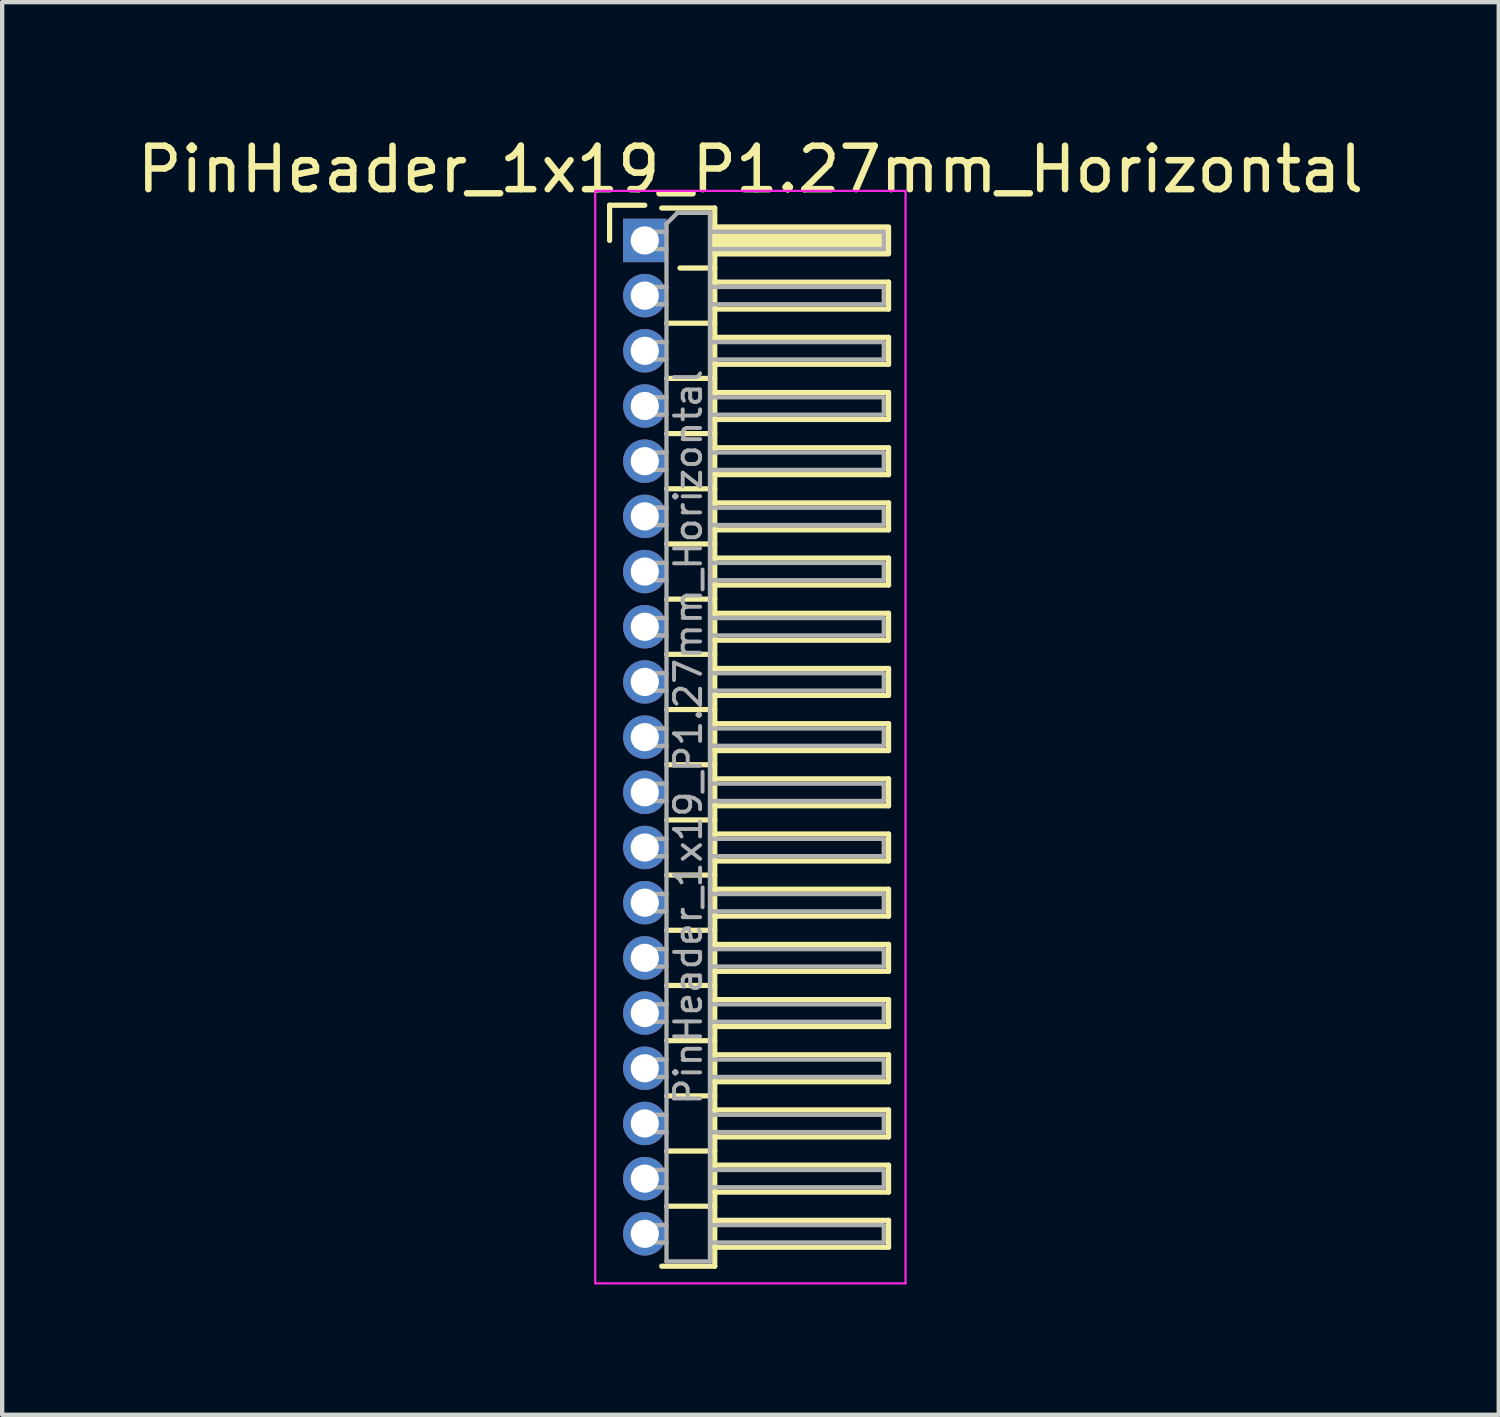
<source format=kicad_pcb>
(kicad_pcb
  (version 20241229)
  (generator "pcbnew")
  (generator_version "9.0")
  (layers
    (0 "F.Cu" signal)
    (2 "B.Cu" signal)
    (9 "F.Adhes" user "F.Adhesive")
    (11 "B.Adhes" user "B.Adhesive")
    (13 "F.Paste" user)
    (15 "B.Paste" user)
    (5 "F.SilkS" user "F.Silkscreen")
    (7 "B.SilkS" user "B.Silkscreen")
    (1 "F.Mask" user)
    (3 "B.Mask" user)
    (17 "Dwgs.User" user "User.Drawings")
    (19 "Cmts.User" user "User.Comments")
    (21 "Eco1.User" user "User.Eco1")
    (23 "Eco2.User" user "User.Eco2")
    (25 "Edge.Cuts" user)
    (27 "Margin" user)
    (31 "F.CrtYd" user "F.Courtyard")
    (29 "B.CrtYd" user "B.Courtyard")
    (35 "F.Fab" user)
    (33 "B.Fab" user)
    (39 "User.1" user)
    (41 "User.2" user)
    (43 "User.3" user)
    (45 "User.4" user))
  (footprint "PinHeader_1x19_P1.27mm_Horizontal"
    (layer "F.Cu")
    (at 11.788 2.483)
    (property "Reference" "PinHeader_1x19_P1.27mm_Horizontal" (at 2.433 -1.635 0) (layer "F.SilkS") (effects (font (size 1 1) (thickness 0.15))))
    (attr through_hole)
    (fp_line (start -0.81 -0.81) (end 0 -0.81) (stroke (width 0.12) (type solid)) (layer "F.SilkS"))
    (fp_line (start -0.81 0) (end -0.81 -0.81) (stroke (width 0.12) (type solid)) (layer "F.SilkS"))
    (fp_line (start 0.39 -0.745) (end 1.61 -0.745) (stroke (width 0.12) (type solid)) (layer "F.SilkS"))
    (fp_line (start 0.503 1.905) (end 1.61 1.905) (stroke (width 0.12) (type solid)) (layer "F.SilkS"))
    (fp_line (start 0.503 3.175) (end 1.61 3.175) (stroke (width 0.12) (type solid)) (layer "F.SilkS"))
    (fp_line (start 0.503 4.445) (end 1.61 4.445) (stroke (width 0.12) (type solid)) (layer "F.SilkS"))
    (fp_line (start 0.503 5.715) (end 1.61 5.715) (stroke (width 0.12) (type solid)) (layer "F.SilkS"))
    (fp_line (start 0.503 6.985) (end 1.61 6.985) (stroke (width 0.12) (type solid)) (layer "F.SilkS"))
    (fp_line (start 0.503 8.255) (end 1.61 8.255) (stroke (width 0.12) (type solid)) (layer "F.SilkS"))
    (fp_line (start 0.503 9.525) (end 1.61 9.525) (stroke (width 0.12) (type solid)) (layer "F.SilkS"))
    (fp_line (start 0.503 10.795) (end 1.61 10.795) (stroke (width 0.12) (type solid)) (layer "F.SilkS"))
    (fp_line (start 0.503 12.065) (end 1.61 12.065) (stroke (width 0.12) (type solid)) (layer "F.SilkS"))
    (fp_line (start 0.503 13.335) (end 1.61 13.335) (stroke (width 0.12) (type solid)) (layer "F.SilkS"))
    (fp_line (start 0.503 14.605) (end 1.61 14.605) (stroke (width 0.12) (type solid)) (layer "F.SilkS"))
    (fp_line (start 0.503 15.875) (end 1.61 15.875) (stroke (width 0.12) (type solid)) (layer "F.SilkS"))
    (fp_line (start 0.503 17.145) (end 1.61 17.145) (stroke (width 0.12) (type solid)) (layer "F.SilkS"))
    (fp_line (start 0.503 18.415) (end 1.61 18.415) (stroke (width 0.12) (type solid)) (layer "F.SilkS"))
    (fp_line (start 0.503 19.685) (end 1.61 19.685) (stroke (width 0.12) (type solid)) (layer "F.SilkS"))
    (fp_line (start 0.503 20.955) (end 1.61 20.955) (stroke (width 0.12) (type solid)) (layer "F.SilkS"))
    (fp_line (start 0.503 22.225) (end 1.61 22.225) (stroke (width 0.12) (type solid)) (layer "F.SilkS"))
    (fp_line (start 0.81 0.635) (end 1.61 0.635) (stroke (width 0.12) (type solid)) (layer "F.SilkS"))
    (fp_line (start 1.61 -0.745) (end 1.61 23.605) (stroke (width 0.12) (type solid)) (layer "F.SilkS"))
    (fp_line (start 1.61 0.96) (end 5.61 0.96) (stroke (width 0.12) (type solid)) (layer "F.SilkS"))
    (fp_line (start 1.61 2.23) (end 5.61 2.23) (stroke (width 0.12) (type solid)) (layer "F.SilkS"))
    (fp_line (start 1.61 3.5) (end 5.61 3.5) (stroke (width 0.12) (type solid)) (layer "F.SilkS"))
    (fp_line (start 1.61 4.77) (end 5.61 4.77) (stroke (width 0.12) (type solid)) (layer "F.SilkS"))
    (fp_line (start 1.61 6.04) (end 5.61 6.04) (stroke (width 0.12) (type solid)) (layer "F.SilkS"))
    (fp_line (start 1.61 7.31) (end 5.61 7.31) (stroke (width 0.12) (type solid)) (layer "F.SilkS"))
    (fp_line (start 1.61 8.58) (end 5.61 8.58) (stroke (width 0.12) (type solid)) (layer "F.SilkS"))
    (fp_line (start 1.61 9.85) (end 5.61 9.85) (stroke (width 0.12) (type solid)) (layer "F.SilkS"))
    (fp_line (start 1.61 11.12) (end 5.61 11.12) (stroke (width 0.12) (type solid)) (layer "F.SilkS"))
    (fp_line (start 1.61 12.39) (end 5.61 12.39) (stroke (width 0.12) (type solid)) (layer "F.SilkS"))
    (fp_line (start 1.61 13.66) (end 5.61 13.66) (stroke (width 0.12) (type solid)) (layer "F.SilkS"))
    (fp_line (start 1.61 14.93) (end 5.61 14.93) (stroke (width 0.12) (type solid)) (layer "F.SilkS"))
    (fp_line (start 1.61 16.2) (end 5.61 16.2) (stroke (width 0.12) (type solid)) (layer "F.SilkS"))
    (fp_line (start 1.61 17.47) (end 5.61 17.47) (stroke (width 0.12) (type solid)) (layer "F.SilkS"))
    (fp_line (start 1.61 18.74) (end 5.61 18.74) (stroke (width 0.12) (type solid)) (layer "F.SilkS"))
    (fp_line (start 1.61 20.01) (end 5.61 20.01) (stroke (width 0.12) (type solid)) (layer "F.SilkS"))
    (fp_line (start 1.61 21.28) (end 5.61 21.28) (stroke (width 0.12) (type solid)) (layer "F.SilkS"))
    (fp_line (start 1.61 22.55) (end 5.61 22.55) (stroke (width 0.12) (type solid)) (layer "F.SilkS"))
    (fp_line (start 1.61 23.605) (end 0.39 23.605) (stroke (width 0.12) (type solid)) (layer "F.SilkS"))
    (fp_line (start 5.61 0.96) (end 5.61 1.58) (stroke (width 0.12) (type solid)) (layer "F.SilkS"))
    (fp_line (start 5.61 1.58) (end 1.61 1.58) (stroke (width 0.12) (type solid)) (layer "F.SilkS"))
    (fp_line (start 5.61 2.23) (end 5.61 2.85) (stroke (width 0.12) (type solid)) (layer "F.SilkS"))
    (fp_line (start 5.61 2.85) (end 1.61 2.85) (stroke (width 0.12) (type solid)) (layer "F.SilkS"))
    (fp_line (start 5.61 3.5) (end 5.61 4.12) (stroke (width 0.12) (type solid)) (layer "F.SilkS"))
    (fp_line (start 5.61 4.12) (end 1.61 4.12) (stroke (width 0.12) (type solid)) (layer "F.SilkS"))
    (fp_line (start 5.61 4.77) (end 5.61 5.39) (stroke (width 0.12) (type solid)) (layer "F.SilkS"))
    (fp_line (start 5.61 5.39) (end 1.61 5.39) (stroke (width 0.12) (type solid)) (layer "F.SilkS"))
    (fp_line (start 5.61 6.04) (end 5.61 6.66) (stroke (width 0.12) (type solid)) (layer "F.SilkS"))
    (fp_line (start 5.61 6.66) (end 1.61 6.66) (stroke (width 0.12) (type solid)) (layer "F.SilkS"))
    (fp_line (start 5.61 7.31) (end 5.61 7.93) (stroke (width 0.12) (type solid)) (layer "F.SilkS"))
    (fp_line (start 5.61 7.93) (end 1.61 7.93) (stroke (width 0.12) (type solid)) (layer "F.SilkS"))
    (fp_line (start 5.61 8.58) (end 5.61 9.2) (stroke (width 0.12) (type solid)) (layer "F.SilkS"))
    (fp_line (start 5.61 9.2) (end 1.61 9.2) (stroke (width 0.12) (type solid)) (layer "F.SilkS"))
    (fp_line (start 5.61 9.85) (end 5.61 10.47) (stroke (width 0.12) (type solid)) (layer "F.SilkS"))
    (fp_line (start 5.61 10.47) (end 1.61 10.47) (stroke (width 0.12) (type solid)) (layer "F.SilkS"))
    (fp_line (start 5.61 11.12) (end 5.61 11.74) (stroke (width 0.12) (type solid)) (layer "F.SilkS"))
    (fp_line (start 5.61 11.74) (end 1.61 11.74) (stroke (width 0.12) (type solid)) (layer "F.SilkS"))
    (fp_line (start 5.61 12.39) (end 5.61 13.01) (stroke (width 0.12) (type solid)) (layer "F.SilkS"))
    (fp_line (start 5.61 13.01) (end 1.61 13.01) (stroke (width 0.12) (type solid)) (layer "F.SilkS"))
    (fp_line (start 5.61 13.66) (end 5.61 14.28) (stroke (width 0.12) (type solid)) (layer "F.SilkS"))
    (fp_line (start 5.61 14.28) (end 1.61 14.28) (stroke (width 0.12) (type solid)) (layer "F.SilkS"))
    (fp_line (start 5.61 14.93) (end 5.61 15.55) (stroke (width 0.12) (type solid)) (layer "F.SilkS"))
    (fp_line (start 5.61 15.55) (end 1.61 15.55) (stroke (width 0.12) (type solid)) (layer "F.SilkS"))
    (fp_line (start 5.61 16.2) (end 5.61 16.82) (stroke (width 0.12) (type solid)) (layer "F.SilkS"))
    (fp_line (start 5.61 16.82) (end 1.61 16.82) (stroke (width 0.12) (type solid)) (layer "F.SilkS"))
    (fp_line (start 5.61 17.47) (end 5.61 18.09) (stroke (width 0.12) (type solid)) (layer "F.SilkS"))
    (fp_line (start 5.61 18.09) (end 1.61 18.09) (stroke (width 0.12) (type solid)) (layer "F.SilkS"))
    (fp_line (start 5.61 18.74) (end 5.61 19.36) (stroke (width 0.12) (type solid)) (layer "F.SilkS"))
    (fp_line (start 5.61 19.36) (end 1.61 19.36) (stroke (width 0.12) (type solid)) (layer "F.SilkS"))
    (fp_line (start 5.61 20.01) (end 5.61 20.63) (stroke (width 0.12) (type solid)) (layer "F.SilkS"))
    (fp_line (start 5.61 20.63) (end 1.61 20.63) (stroke (width 0.12) (type solid)) (layer "F.SilkS"))
    (fp_line (start 5.61 21.28) (end 5.61 21.9) (stroke (width 0.12) (type solid)) (layer "F.SilkS"))
    (fp_line (start 5.61 21.9) (end 1.61 21.9) (stroke (width 0.12) (type solid)) (layer "F.SilkS"))
    (fp_line (start 5.61 22.55) (end 5.61 23.17) (stroke (width 0.12) (type solid)) (layer "F.SilkS"))
    (fp_line (start 5.61 23.17) (end 1.61 23.17) (stroke (width 0.12) (type solid)) (layer "F.SilkS"))
    (fp_rect (start 1.61 -0.31) (end 5.61 0.31) (stroke (width 0.12) (type solid)) (fill yes) (layer "F.SilkS"))
    (fp_line (start -1.14 -1.14) (end -1.14 24) (stroke (width 0.05) (type solid)) (layer "F.CrtYd"))
    (fp_line (start -1.14 24) (end 6 24) (stroke (width 0.05) (type solid)) (layer "F.CrtYd"))
    (fp_line (start 6 -1.14) (end -1.14 -1.14) (stroke (width 0.05) (type solid)) (layer "F.CrtYd"))
    (fp_line (start 6 24) (end 6 -1.14) (stroke (width 0.05) (type solid)) (layer "F.CrtYd"))
    (fp_line (start -0.2 -0.2) (end -0.2 0.2) (stroke (width 0.1) (type solid)) (layer "F.Fab"))
    (fp_line (start -0.2 -0.2) (end 0.5 -0.2) (stroke (width 0.1) (type solid)) (layer "F.Fab"))
    (fp_line (start -0.2 0.2) (end 0.5 0.2) (stroke (width 0.1) (type solid)) (layer "F.Fab"))
    (fp_line (start -0.2 1.07) (end -0.2 1.47) (stroke (width 0.1) (type solid)) (layer "F.Fab"))
    (fp_line (start -0.2 1.07) (end 0.5 1.07) (stroke (width 0.1) (type solid)) (layer "F.Fab"))
    (fp_line (start -0.2 1.47) (end 0.5 1.47) (stroke (width 0.1) (type solid)) (layer "F.Fab"))
    (fp_line (start -0.2 2.34) (end -0.2 2.74) (stroke (width 0.1) (type solid)) (layer "F.Fab"))
    (fp_line (start -0.2 2.34) (end 0.5 2.34) (stroke (width 0.1) (type solid)) (layer "F.Fab"))
    (fp_line (start -0.2 2.74) (end 0.5 2.74) (stroke (width 0.1) (type solid)) (layer "F.Fab"))
    (fp_line (start -0.2 3.61) (end -0.2 4.01) (stroke (width 0.1) (type solid)) (layer "F.Fab"))
    (fp_line (start -0.2 3.61) (end 0.5 3.61) (stroke (width 0.1) (type solid)) (layer "F.Fab"))
    (fp_line (start -0.2 4.01) (end 0.5 4.01) (stroke (width 0.1) (type solid)) (layer "F.Fab"))
    (fp_line (start -0.2 4.88) (end -0.2 5.28) (stroke (width 0.1) (type solid)) (layer "F.Fab"))
    (fp_line (start -0.2 4.88) (end 0.5 4.88) (stroke (width 0.1) (type solid)) (layer "F.Fab"))
    (fp_line (start -0.2 5.28) (end 0.5 5.28) (stroke (width 0.1) (type solid)) (layer "F.Fab"))
    (fp_line (start -0.2 6.15) (end -0.2 6.55) (stroke (width 0.1) (type solid)) (layer "F.Fab"))
    (fp_line (start -0.2 6.15) (end 0.5 6.15) (stroke (width 0.1) (type solid)) (layer "F.Fab"))
    (fp_line (start -0.2 6.55) (end 0.5 6.55) (stroke (width 0.1) (type solid)) (layer "F.Fab"))
    (fp_line (start -0.2 7.42) (end -0.2 7.82) (stroke (width 0.1) (type solid)) (layer "F.Fab"))
    (fp_line (start -0.2 7.42) (end 0.5 7.42) (stroke (width 0.1) (type solid)) (layer "F.Fab"))
    (fp_line (start -0.2 7.82) (end 0.5 7.82) (stroke (width 0.1) (type solid)) (layer "F.Fab"))
    (fp_line (start -0.2 8.69) (end -0.2 9.09) (stroke (width 0.1) (type solid)) (layer "F.Fab"))
    (fp_line (start -0.2 8.69) (end 0.5 8.69) (stroke (width 0.1) (type solid)) (layer "F.Fab"))
    (fp_line (start -0.2 9.09) (end 0.5 9.09) (stroke (width 0.1) (type solid)) (layer "F.Fab"))
    (fp_line (start -0.2 9.96) (end -0.2 10.36) (stroke (width 0.1) (type solid)) (layer "F.Fab"))
    (fp_line (start -0.2 9.96) (end 0.5 9.96) (stroke (width 0.1) (type solid)) (layer "F.Fab"))
    (fp_line (start -0.2 10.36) (end 0.5 10.36) (stroke (width 0.1) (type solid)) (layer "F.Fab"))
    (fp_line (start -0.2 11.23) (end -0.2 11.63) (stroke (width 0.1) (type solid)) (layer "F.Fab"))
    (fp_line (start -0.2 11.23) (end 0.5 11.23) (stroke (width 0.1) (type solid)) (layer "F.Fab"))
    (fp_line (start -0.2 11.63) (end 0.5 11.63) (stroke (width 0.1) (type solid)) (layer "F.Fab"))
    (fp_line (start -0.2 12.5) (end -0.2 12.9) (stroke (width 0.1) (type solid)) (layer "F.Fab"))
    (fp_line (start -0.2 12.5) (end 0.5 12.5) (stroke (width 0.1) (type solid)) (layer "F.Fab"))
    (fp_line (start -0.2 12.9) (end 0.5 12.9) (stroke (width 0.1) (type solid)) (layer "F.Fab"))
    (fp_line (start -0.2 13.77) (end -0.2 14.17) (stroke (width 0.1) (type solid)) (layer "F.Fab"))
    (fp_line (start -0.2 13.77) (end 0.5 13.77) (stroke (width 0.1) (type solid)) (layer "F.Fab"))
    (fp_line (start -0.2 14.17) (end 0.5 14.17) (stroke (width 0.1) (type solid)) (layer "F.Fab"))
    (fp_line (start -0.2 15.04) (end -0.2 15.44) (stroke (width 0.1) (type solid)) (layer "F.Fab"))
    (fp_line (start -0.2 15.04) (end 0.5 15.04) (stroke (width 0.1) (type solid)) (layer "F.Fab"))
    (fp_line (start -0.2 15.44) (end 0.5 15.44) (stroke (width 0.1) (type solid)) (layer "F.Fab"))
    (fp_line (start -0.2 16.31) (end -0.2 16.71) (stroke (width 0.1) (type solid)) (layer "F.Fab"))
    (fp_line (start -0.2 16.31) (end 0.5 16.31) (stroke (width 0.1) (type solid)) (layer "F.Fab"))
    (fp_line (start -0.2 16.71) (end 0.5 16.71) (stroke (width 0.1) (type solid)) (layer "F.Fab"))
    (fp_line (start -0.2 17.58) (end -0.2 17.98) (stroke (width 0.1) (type solid)) (layer "F.Fab"))
    (fp_line (start -0.2 17.58) (end 0.5 17.58) (stroke (width 0.1) (type solid)) (layer "F.Fab"))
    (fp_line (start -0.2 17.98) (end 0.5 17.98) (stroke (width 0.1) (type solid)) (layer "F.Fab"))
    (fp_line (start -0.2 18.85) (end -0.2 19.25) (stroke (width 0.1) (type solid)) (layer "F.Fab"))
    (fp_line (start -0.2 18.85) (end 0.5 18.85) (stroke (width 0.1) (type solid)) (layer "F.Fab"))
    (fp_line (start -0.2 19.25) (end 0.5 19.25) (stroke (width 0.1) (type solid)) (layer "F.Fab"))
    (fp_line (start -0.2 20.12) (end -0.2 20.52) (stroke (width 0.1) (type solid)) (layer "F.Fab"))
    (fp_line (start -0.2 20.12) (end 0.5 20.12) (stroke (width 0.1) (type solid)) (layer "F.Fab"))
    (fp_line (start -0.2 20.52) (end 0.5 20.52) (stroke (width 0.1) (type solid)) (layer "F.Fab"))
    (fp_line (start -0.2 21.39) (end -0.2 21.79) (stroke (width 0.1) (type solid)) (layer "F.Fab"))
    (fp_line (start -0.2 21.39) (end 0.5 21.39) (stroke (width 0.1) (type solid)) (layer "F.Fab"))
    (fp_line (start -0.2 21.79) (end 0.5 21.79) (stroke (width 0.1) (type solid)) (layer "F.Fab"))
    (fp_line (start -0.2 22.66) (end -0.2 23.06) (stroke (width 0.1) (type solid)) (layer "F.Fab"))
    (fp_line (start -0.2 22.66) (end 0.5 22.66) (stroke (width 0.1) (type solid)) (layer "F.Fab"))
    (fp_line (start -0.2 23.06) (end 0.5 23.06) (stroke (width 0.1) (type solid)) (layer "F.Fab"))
    (fp_line (start 0.5 -0.385) (end 0.75 -0.635) (stroke (width 0.1) (type solid)) (layer "F.Fab"))
    (fp_line (start 0.5 23.495) (end 0.5 -0.385) (stroke (width 0.1) (type solid)) (layer "F.Fab"))
    (fp_line (start 0.75 -0.635) (end 1.5 -0.635) (stroke (width 0.1) (type solid)) (layer "F.Fab"))
    (fp_line (start 1.5 -0.635) (end 1.5 23.495) (stroke (width 0.1) (type solid)) (layer "F.Fab"))
    (fp_line (start 1.5 -0.2) (end 5.5 -0.2) (stroke (width 0.1) (type solid)) (layer "F.Fab"))
    (fp_line (start 1.5 0.2) (end 5.5 0.2) (stroke (width 0.1) (type solid)) (layer "F.Fab"))
    (fp_line (start 1.5 1.07) (end 5.5 1.07) (stroke (width 0.1) (type solid)) (layer "F.Fab"))
    (fp_line (start 1.5 1.47) (end 5.5 1.47) (stroke (width 0.1) (type solid)) (layer "F.Fab"))
    (fp_line (start 1.5 2.34) (end 5.5 2.34) (stroke (width 0.1) (type solid)) (layer "F.Fab"))
    (fp_line (start 1.5 2.74) (end 5.5 2.74) (stroke (width 0.1) (type solid)) (layer "F.Fab"))
    (fp_line (start 1.5 3.61) (end 5.5 3.61) (stroke (width 0.1) (type solid)) (layer "F.Fab"))
    (fp_line (start 1.5 4.01) (end 5.5 4.01) (stroke (width 0.1) (type solid)) (layer "F.Fab"))
    (fp_line (start 1.5 4.88) (end 5.5 4.88) (stroke (width 0.1) (type solid)) (layer "F.Fab"))
    (fp_line (start 1.5 5.28) (end 5.5 5.28) (stroke (width 0.1) (type solid)) (layer "F.Fab"))
    (fp_line (start 1.5 6.15) (end 5.5 6.15) (stroke (width 0.1) (type solid)) (layer "F.Fab"))
    (fp_line (start 1.5 6.55) (end 5.5 6.55) (stroke (width 0.1) (type solid)) (layer "F.Fab"))
    (fp_line (start 1.5 7.42) (end 5.5 7.42) (stroke (width 0.1) (type solid)) (layer "F.Fab"))
    (fp_line (start 1.5 7.82) (end 5.5 7.82) (stroke (width 0.1) (type solid)) (layer "F.Fab"))
    (fp_line (start 1.5 8.69) (end 5.5 8.69) (stroke (width 0.1) (type solid)) (layer "F.Fab"))
    (fp_line (start 1.5 9.09) (end 5.5 9.09) (stroke (width 0.1) (type solid)) (layer "F.Fab"))
    (fp_line (start 1.5 9.96) (end 5.5 9.96) (stroke (width 0.1) (type solid)) (layer "F.Fab"))
    (fp_line (start 1.5 10.36) (end 5.5 10.36) (stroke (width 0.1) (type solid)) (layer "F.Fab"))
    (fp_line (start 1.5 11.23) (end 5.5 11.23) (stroke (width 0.1) (type solid)) (layer "F.Fab"))
    (fp_line (start 1.5 11.63) (end 5.5 11.63) (stroke (width 0.1) (type solid)) (layer "F.Fab"))
    (fp_line (start 1.5 12.5) (end 5.5 12.5) (stroke (width 0.1) (type solid)) (layer "F.Fab"))
    (fp_line (start 1.5 12.9) (end 5.5 12.9) (stroke (width 0.1) (type solid)) (layer "F.Fab"))
    (fp_line (start 1.5 13.77) (end 5.5 13.77) (stroke (width 0.1) (type solid)) (layer "F.Fab"))
    (fp_line (start 1.5 14.17) (end 5.5 14.17) (stroke (width 0.1) (type solid)) (layer "F.Fab"))
    (fp_line (start 1.5 15.04) (end 5.5 15.04) (stroke (width 0.1) (type solid)) (layer "F.Fab"))
    (fp_line (start 1.5 15.44) (end 5.5 15.44) (stroke (width 0.1) (type solid)) (layer "F.Fab"))
    (fp_line (start 1.5 16.31) (end 5.5 16.31) (stroke (width 0.1) (type solid)) (layer "F.Fab"))
    (fp_line (start 1.5 16.71) (end 5.5 16.71) (stroke (width 0.1) (type solid)) (layer "F.Fab"))
    (fp_line (start 1.5 17.58) (end 5.5 17.58) (stroke (width 0.1) (type solid)) (layer "F.Fab"))
    (fp_line (start 1.5 17.98) (end 5.5 17.98) (stroke (width 0.1) (type solid)) (layer "F.Fab"))
    (fp_line (start 1.5 18.85) (end 5.5 18.85) (stroke (width 0.1) (type solid)) (layer "F.Fab"))
    (fp_line (start 1.5 19.25) (end 5.5 19.25) (stroke (width 0.1) (type solid)) (layer "F.Fab"))
    (fp_line (start 1.5 20.12) (end 5.5 20.12) (stroke (width 0.1) (type solid)) (layer "F.Fab"))
    (fp_line (start 1.5 20.52) (end 5.5 20.52) (stroke (width 0.1) (type solid)) (layer "F.Fab"))
    (fp_line (start 1.5 21.39) (end 5.5 21.39) (stroke (width 0.1) (type solid)) (layer "F.Fab"))
    (fp_line (start 1.5 21.79) (end 5.5 21.79) (stroke (width 0.1) (type solid)) (layer "F.Fab"))
    (fp_line (start 1.5 22.66) (end 5.5 22.66) (stroke (width 0.1) (type solid)) (layer "F.Fab"))
    (fp_line (start 1.5 23.06) (end 5.5 23.06) (stroke (width 0.1) (type solid)) (layer "F.Fab"))
    (fp_line (start 1.5 23.495) (end 0.5 23.495) (stroke (width 0.1) (type solid)) (layer "F.Fab"))
    (fp_line (start 5.5 -0.2) (end 5.5 0.2) (stroke (width 0.1) (type solid)) (layer "F.Fab"))
    (fp_line (start 5.5 1.07) (end 5.5 1.47) (stroke (width 0.1) (type solid)) (layer "F.Fab"))
    (fp_line (start 5.5 2.34) (end 5.5 2.74) (stroke (width 0.1) (type solid)) (layer "F.Fab"))
    (fp_line (start 5.5 3.61) (end 5.5 4.01) (stroke (width 0.1) (type solid)) (layer "F.Fab"))
    (fp_line (start 5.5 4.88) (end 5.5 5.28) (stroke (width 0.1) (type solid)) (layer "F.Fab"))
    (fp_line (start 5.5 6.15) (end 5.5 6.55) (stroke (width 0.1) (type solid)) (layer "F.Fab"))
    (fp_line (start 5.5 7.42) (end 5.5 7.82) (stroke (width 0.1) (type solid)) (layer "F.Fab"))
    (fp_line (start 5.5 8.69) (end 5.5 9.09) (stroke (width 0.1) (type solid)) (layer "F.Fab"))
    (fp_line (start 5.5 9.96) (end 5.5 10.36) (stroke (width 0.1) (type solid)) (layer "F.Fab"))
    (fp_line (start 5.5 11.23) (end 5.5 11.63) (stroke (width 0.1) (type solid)) (layer "F.Fab"))
    (fp_line (start 5.5 12.5) (end 5.5 12.9) (stroke (width 0.1) (type solid)) (layer "F.Fab"))
    (fp_line (start 5.5 13.77) (end 5.5 14.17) (stroke (width 0.1) (type solid)) (layer "F.Fab"))
    (fp_line (start 5.5 15.04) (end 5.5 15.44) (stroke (width 0.1) (type solid)) (layer "F.Fab"))
    (fp_line (start 5.5 16.31) (end 5.5 16.71) (stroke (width 0.1) (type solid)) (layer "F.Fab"))
    (fp_line (start 5.5 17.58) (end 5.5 17.98) (stroke (width 0.1) (type solid)) (layer "F.Fab"))
    (fp_line (start 5.5 18.85) (end 5.5 19.25) (stroke (width 0.1) (type solid)) (layer "F.Fab"))
    (fp_line (start 5.5 20.12) (end 5.5 20.52) (stroke (width 0.1) (type solid)) (layer "F.Fab"))
    (fp_line (start 5.5 21.39) (end 5.5 21.79) (stroke (width 0.1) (type solid)) (layer "F.Fab"))
    (fp_line (start 5.5 22.66) (end 5.5 23.06) (stroke (width 0.1) (type solid)) (layer "F.Fab"))
    (fp_text user "${REFERENCE}" (at 1 11.43 90) (layer "F.Fab") (effects (font (size 0.6 0.6) (thickness 0.09))))
    (pad "1" thru_hole rect (at 0 0) (size 1 1) (drill 0.65) (layers "*.Cu" "*.Mask"))
    (pad "2" thru_hole circle (at 0 1.27) (size 1 1) (drill 0.65) (layers "*.Cu" "*.Mask"))
    (pad "3" thru_hole circle (at 0 2.54) (size 1 1) (drill 0.65) (layers "*.Cu" "*.Mask"))
    (pad "4" thru_hole circle (at 0 3.81) (size 1 1) (drill 0.65) (layers "*.Cu" "*.Mask"))
    (pad "5" thru_hole circle (at 0 5.08) (size 1 1) (drill 0.65) (layers "*.Cu" "*.Mask"))
    (pad "6" thru_hole circle (at 0 6.35) (size 1 1) (drill 0.65) (layers "*.Cu" "*.Mask"))
    (pad "7" thru_hole circle (at 0 7.62) (size 1 1) (drill 0.65) (layers "*.Cu" "*.Mask"))
    (pad "8" thru_hole circle (at 0 8.89) (size 1 1) (drill 0.65) (layers "*.Cu" "*.Mask"))
    (pad "9" thru_hole circle (at 0 10.16) (size 1 1) (drill 0.65) (layers "*.Cu" "*.Mask"))
    (pad "10" thru_hole circle (at 0 11.43) (size 1 1) (drill 0.65) (layers "*.Cu" "*.Mask"))
    (pad "11" thru_hole circle (at 0 12.7) (size 1 1) (drill 0.65) (layers "*.Cu" "*.Mask"))
    (pad "12" thru_hole circle (at 0 13.97) (size 1 1) (drill 0.65) (layers "*.Cu" "*.Mask"))
    (pad "13" thru_hole circle (at 0 15.24) (size 1 1) (drill 0.65) (layers "*.Cu" "*.Mask"))
    (pad "14" thru_hole circle (at 0 16.51) (size 1 1) (drill 0.65) (layers "*.Cu" "*.Mask"))
    (pad "15" thru_hole circle (at 0 17.78) (size 1 1) (drill 0.65) (layers "*.Cu" "*.Mask"))
    (pad "16" thru_hole circle (at 0 19.05) (size 1 1) (drill 0.65) (layers "*.Cu" "*.Mask"))
    (pad "17" thru_hole circle (at 0 20.32) (size 1 1) (drill 0.65) (layers "*.Cu" "*.Mask"))
    (pad "18" thru_hole circle (at 0 21.59) (size 1 1) (drill 0.65) (layers "*.Cu" "*.Mask"))
    (pad "19" thru_hole circle (at 0 22.86) (size 1 1) (drill 0.65) (layers "*.Cu" "*.Mask")))
  (gr_rect
    (start -3 -3)
    (end 31.44 29.508)
    (stroke (width 0.1) (type default))
    (fill no)
    (layer "Edge.Cuts")))
</source>
